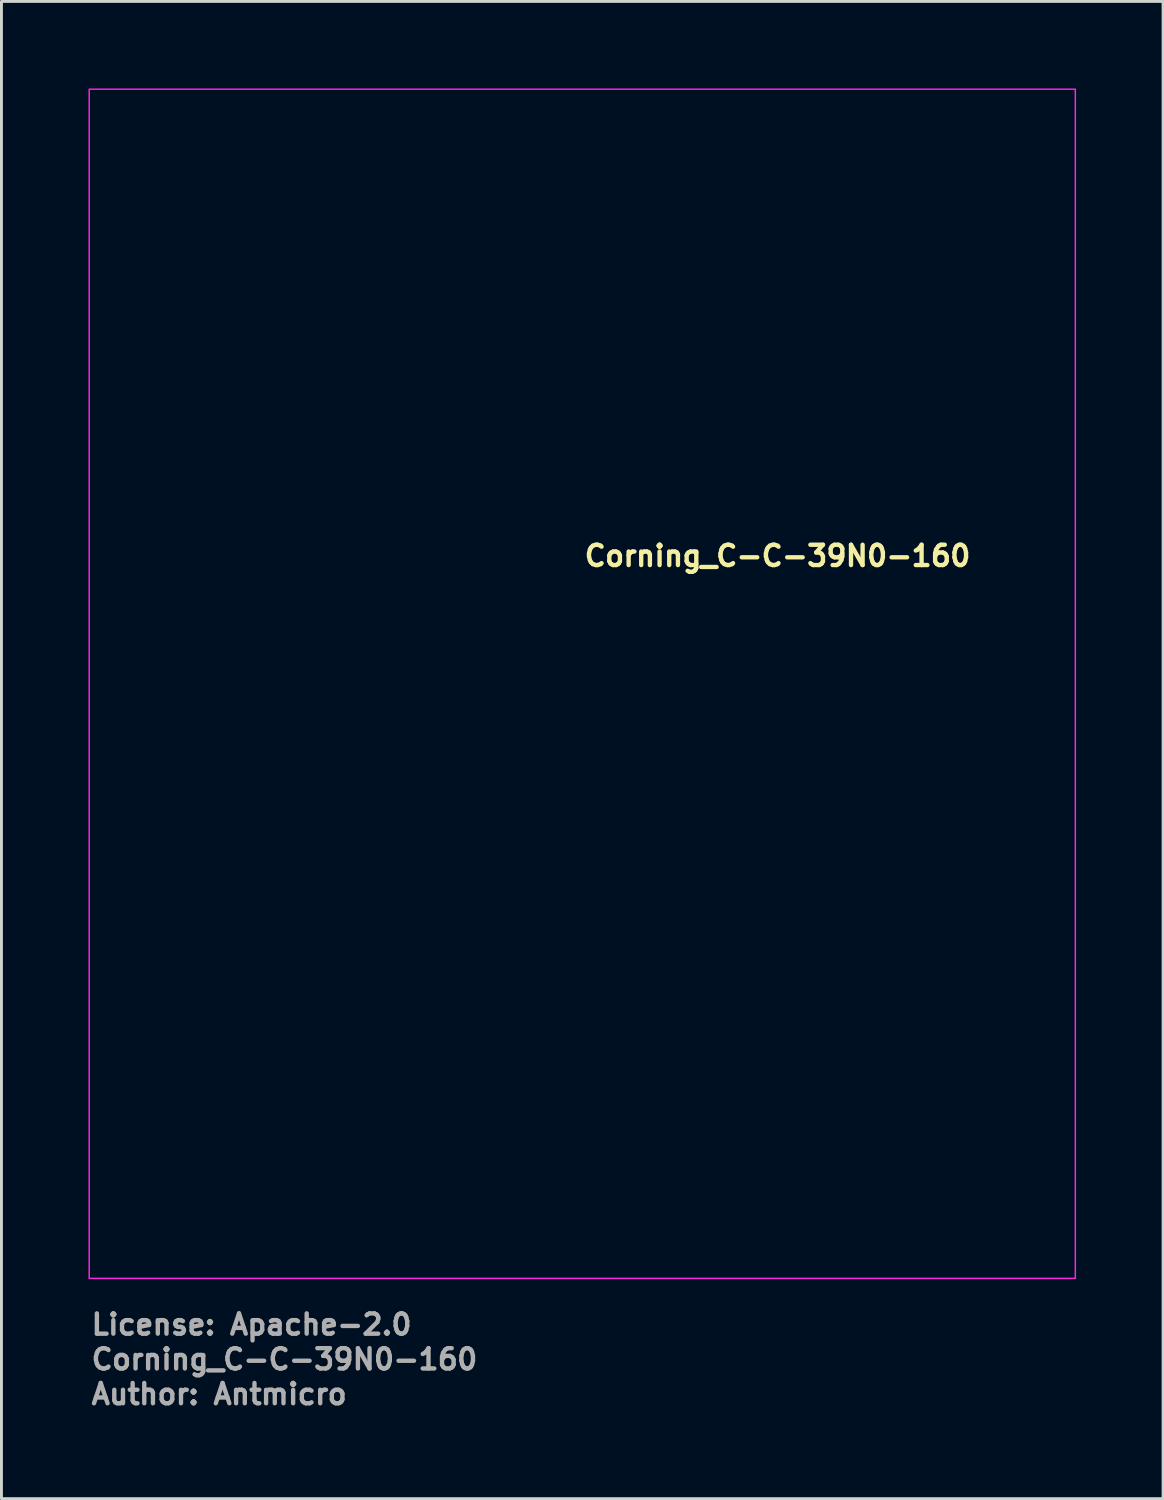
<source format=kicad_pcb>
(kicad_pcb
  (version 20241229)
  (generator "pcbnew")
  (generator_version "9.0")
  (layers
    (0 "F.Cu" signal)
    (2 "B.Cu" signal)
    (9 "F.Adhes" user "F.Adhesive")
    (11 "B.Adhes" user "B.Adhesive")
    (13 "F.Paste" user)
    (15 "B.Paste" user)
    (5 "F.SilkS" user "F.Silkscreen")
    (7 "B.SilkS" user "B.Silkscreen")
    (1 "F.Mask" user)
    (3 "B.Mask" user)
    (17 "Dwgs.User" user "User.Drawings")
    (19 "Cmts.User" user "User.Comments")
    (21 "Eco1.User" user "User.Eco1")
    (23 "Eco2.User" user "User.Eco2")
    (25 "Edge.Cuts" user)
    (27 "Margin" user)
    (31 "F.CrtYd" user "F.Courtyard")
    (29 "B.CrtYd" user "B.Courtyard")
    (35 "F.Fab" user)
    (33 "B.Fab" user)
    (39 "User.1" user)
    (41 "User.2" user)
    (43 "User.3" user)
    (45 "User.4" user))
  (footprint "Corning_C-C-39N0-160"
    (layer "F.Cu")
    (at 17.025 20.525)
    (property "Reference" "Corning_C-C-39N0-160" (at 0 -4 0) (unlocked yes) (layer "F.SilkS") (effects (font (size 0.7 0.7) (thickness 0.15)) (justify left bottom)))
    (attr exclude_from_pos_files exclude_from_bom)
    (fp_rect (start -17 -20.5) (end 17 20.5) (stroke (width 0.05) (type solid)) (fill no) (layer "F.CrtYd"))
    (fp_rect (start -16 -19.499) (end 16 19.5) (stroke (width 0.1) (type solid)) (fill no) (layer "User.5"))
    (fp_line (start -2.823 -12.046) (end -2.613 -12.112) (stroke (width 0.02) (type solid)) (layer "User.9"))
    (fp_line (start -2.705 -12.084) (end -2.448 -12.161) (stroke (width 0.02) (type solid)) (layer "User.9"))
    (fp_line (start -2.613 -12.112) (end -2.4 -12.174) (stroke (width 0.02) (type solid)) (layer "User.9"))
    (fp_line (start -2.448 -12.161) (end -2.189 -12.23) (stroke (width 0.02) (type solid)) (layer "User.9"))
    (fp_line (start -2.4 -12.174) (end -2.187 -12.23) (stroke (width 0.02) (type solid)) (layer "User.9"))
    (fp_line (start -2.189 -12.23) (end -1.928 -12.291) (stroke (width 0.02) (type solid)) (layer "User.9"))
    (fp_line (start -2.187 -12.23) (end -1.972 -12.281) (stroke (width 0.02) (type solid)) (layer "User.9"))
    (fp_line (start -2 19.5) (end -2 14.5) (stroke (width 0.02) (type solid)) (layer "User.9"))
    (fp_line (start -1.972 -12.281) (end -1.756 -12.327) (stroke (width 0.02) (type solid)) (layer "User.9"))
    (fp_line (start -1.95 14.5) (end -2 14.5) (stroke (width 0.02) (type solid)) (layer "User.9"))
    (fp_line (start -1.95 19.5) (end -2 19.5) (stroke (width 0.02) (type solid)) (layer "User.9"))
    (fp_line (start -1.928 -12.291) (end -1.665 -12.345) (stroke (width 0.02) (type solid)) (layer "User.9"))
    (fp_line (start -1.802 14.5) (end -1.95 14.5) (stroke (width 0.02) (type solid)) (layer "User.9"))
    (fp_line (start -1.802 19.5) (end -1.95 19.5) (stroke (width 0.02) (type solid)) (layer "User.9"))
    (fp_line (start -1.756 -12.327) (end -1.539 -12.367) (stroke (width 0.02) (type solid)) (layer "User.9"))
    (fp_line (start -1.665 -12.345) (end -1.401 -12.39) (stroke (width 0.02) (type solid)) (layer "User.9"))
    (fp_line (start -1.564 14.5) (end -1.802 14.5) (stroke (width 0.02) (type solid)) (layer "User.9"))
    (fp_line (start -1.564 19.5) (end -1.802 19.5) (stroke (width 0.02) (type solid)) (layer "User.9"))
    (fp_line (start -1.539 -12.367) (end -1.321 -12.403) (stroke (width 0.02) (type solid)) (layer "User.9"))
    (fp_line (start -1.401 -12.39) (end -1.136 -12.428) (stroke (width 0.02) (type solid)) (layer "User.9"))
    (fp_line (start -1.321 -12.403) (end -1.102 -12.432) (stroke (width 0.02) (type solid)) (layer "User.9"))
    (fp_line (start -1.247 14.5) (end -1.564 14.5) (stroke (width 0.02) (type solid)) (layer "User.9"))
    (fp_line (start -1.247 19.5) (end -1.564 19.5) (stroke (width 0.02) (type solid)) (layer "User.9"))
    (fp_line (start -1.136 -12.428) (end -0.87 -12.458) (stroke (width 0.02) (type solid)) (layer "User.9"))
    (fp_line (start -1.102 -12.432) (end -0.882 -12.457) (stroke (width 0.02) (type solid)) (layer "User.9"))
    (fp_line (start -0.967 14.5) (end -0.967 11.469) (stroke (width 0.02) (type solid)) (layer "User.9"))
    (fp_line (start -0.882 -12.457) (end -0.662 -12.476) (stroke (width 0.02) (type solid)) (layer "User.9"))
    (fp_line (start -0.87 -12.458) (end -0.603 -12.48) (stroke (width 0.02) (type solid)) (layer "User.9"))
    (fp_line (start -0.868 14.5) (end -1.247 14.5) (stroke (width 0.02) (type solid)) (layer "User.9"))
    (fp_line (start -0.868 19.5) (end -1.247 19.5) (stroke (width 0.02) (type solid)) (layer "User.9"))
    (fp_line (start -0.662 -12.476) (end -0.442 -12.489) (stroke (width 0.02) (type solid)) (layer "User.9"))
    (fp_line (start -0.603 -12.48) (end -0.335 -12.494) (stroke (width 0.02) (type solid)) (layer "User.9"))
    (fp_line (start -0.445 14.5) (end -0.868 14.5) (stroke (width 0.02) (type solid)) (layer "User.9"))
    (fp_line (start -0.445 19.5) (end -0.868 19.5) (stroke (width 0.02) (type solid)) (layer "User.9"))
    (fp_line (start -0.442 -12.489) (end -0.221 -12.497) (stroke (width 0.02) (type solid)) (layer "User.9"))
    (fp_line (start -0.335 -12.494) (end -0.067 -12.5) (stroke (width 0.02) (type solid)) (layer "User.9"))
    (fp_line (start -0.221 -12.497) (end 0 -12.5) (stroke (width 0.02) (type solid)) (layer "User.9"))
    (fp_line (start -0.067 -12.5) (end 0.201 -12.498) (stroke (width 0.02) (type solid)) (layer "User.9"))
    (fp_line (start 0 -12.5) (end 0.221 -12.497) (stroke (width 0.02) (type solid)) (layer "User.9"))
    (fp_line (start 0 14.5) (end -0.445 14.5) (stroke (width 0.02) (type solid)) (layer "User.9"))
    (fp_line (start 0 19.5) (end -0.445 19.5) (stroke (width 0.02) (type solid)) (layer "User.9"))
    (fp_line (start 0.201 -12.498) (end 0.469 -12.488) (stroke (width 0.02) (type solid)) (layer "User.9"))
    (fp_line (start 0.221 -12.497) (end 0.442 -12.489) (stroke (width 0.02) (type solid)) (layer "User.9"))
    (fp_line (start 0.442 -12.489) (end 0.662 -12.476) (stroke (width 0.02) (type solid)) (layer "User.9"))
    (fp_line (start 0.445 14.5) (end 0 14.5) (stroke (width 0.02) (type solid)) (layer "User.9"))
    (fp_line (start 0.445 19.5) (end 0 19.5) (stroke (width 0.02) (type solid)) (layer "User.9"))
    (fp_line (start 0.868 14.5) (end 0.445 14.5) (stroke (width 0.02) (type solid)) (layer "User.9"))
    (fp_line (start 0.868 19.5) (end 0.445 19.5) (stroke (width 0.02) (type solid)) (layer "User.9"))
    (fp_line (start 0.967 11.469) (end 0.967 14.5) (stroke (width 0.02) (type solid)) (layer "User.9"))
    (fp_line (start 1.247 14.5) (end 0.868 14.5) (stroke (width 0.02) (type solid)) (layer "User.9"))
    (fp_line (start 1.247 19.5) (end 0.868 19.5) (stroke (width 0.02) (type solid)) (layer "User.9"))
    (fp_line (start 1.564 14.5) (end 1.247 14.5) (stroke (width 0.02) (type solid)) (layer "User.9"))
    (fp_line (start 1.564 19.5) (end 1.247 19.5) (stroke (width 0.02) (type solid)) (layer "User.9"))
    (fp_line (start 1.802 14.5) (end 1.564 14.5) (stroke (width 0.02) (type solid)) (layer "User.9"))
    (fp_line (start 1.802 19.5) (end 1.564 19.5) (stroke (width 0.02) (type solid)) (layer "User.9"))
    (fp_line (start 1.95 14.5) (end 1.802 14.5) (stroke (width 0.02) (type solid)) (layer "User.9"))
    (fp_line (start 1.95 19.5) (end 1.802 19.5) (stroke (width 0.02) (type solid)) (layer "User.9"))
    (fp_line (start 2 14.5) (end 1.95 14.5) (stroke (width 0.02) (type solid)) (layer "User.9"))
    (fp_line (start 2 14.5) (end 2 19.5) (stroke (width 0.02) (type solid)) (layer "User.9"))
    (fp_line (start 2 19.5) (end 1.95 19.5) (stroke (width 0.02) (type solid)) (layer "User.9"))
    (fp_circle (center 0 -3.5) (end 9 -3.5) (stroke (width 0.02) (type default)) (fill no) (layer "User.9"))
    (fp_circle (center 0 -3.5) (end 11 -3.5) (stroke (width 0.02) (type default)) (fill no) (layer "User.9"))
    (fp_circle (center 0 -3.5) (end 14 -3.5) (stroke (width 0.02) (type default)) (fill no) (layer "User.9"))
    (fp_circle (center 0 -3.5) (end 15 -3.5) (stroke (width 0.02) (type default)) (fill no) (layer "User.9"))
    (fp_circle (center 0 -3.5) (end 16 -3.5) (stroke (width 0.02) (type default)) (fill no) (layer "User.9"))
    (fp_text user "License: Apache-2.0" (at -17 22.5 0) (layer "F.Fab") (effects (font (size 0.7 0.7) (thickness 0.15)) (justify left bottom)))
    (fp_text user "Author: Antmicro" (at -17 24.9 0) (layer "F.Fab") (effects (font (size 0.7 0.7) (thickness 0.15)) (justify left bottom)))
    (fp_text user "${REFERENCE}" (at -17 23.7 0) (unlocked yes) (layer "F.Fab") (effects (font (size 0.7 0.7) (thickness 0.15)) (justify left bottom))))
  (gr_rect
    (start -3 -3)
    (end 37.05 48.62)
    (stroke (width 0.1) (type default))
    (fill no)
    (layer "Edge.Cuts")))
</source>
